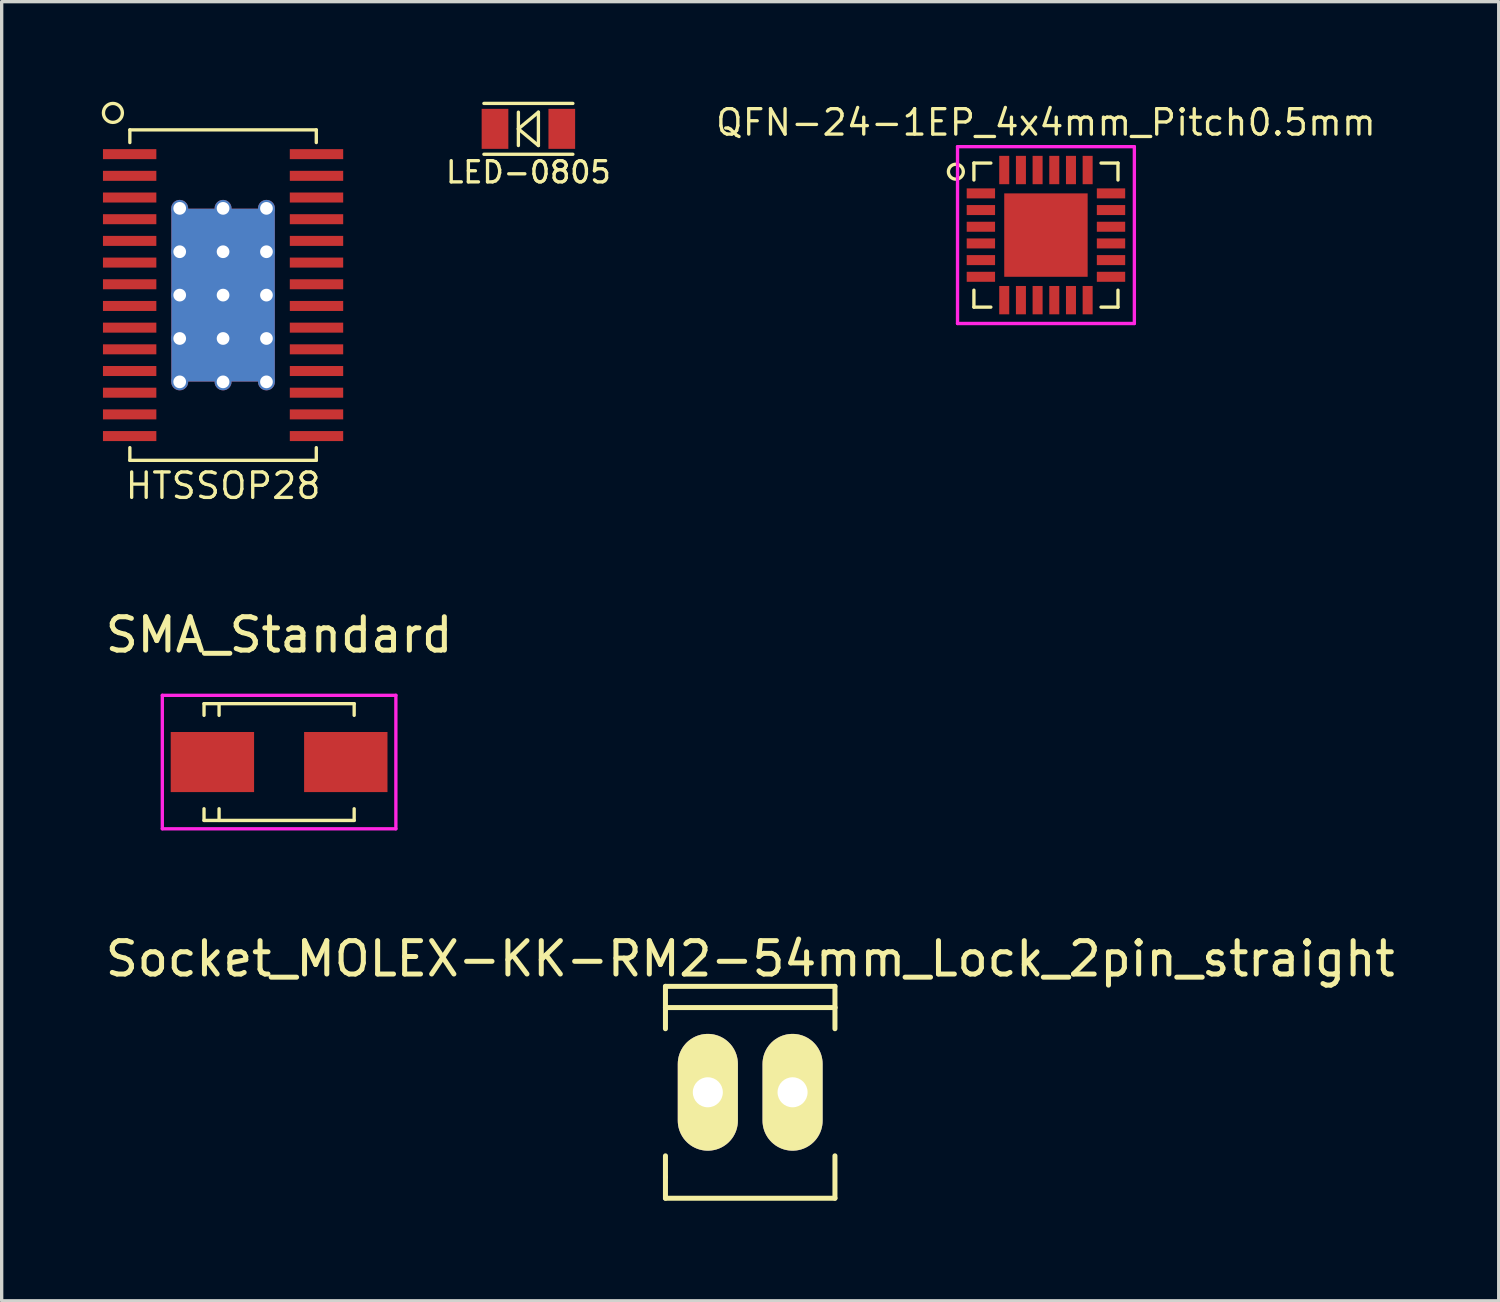
<source format=kicad_pcb>
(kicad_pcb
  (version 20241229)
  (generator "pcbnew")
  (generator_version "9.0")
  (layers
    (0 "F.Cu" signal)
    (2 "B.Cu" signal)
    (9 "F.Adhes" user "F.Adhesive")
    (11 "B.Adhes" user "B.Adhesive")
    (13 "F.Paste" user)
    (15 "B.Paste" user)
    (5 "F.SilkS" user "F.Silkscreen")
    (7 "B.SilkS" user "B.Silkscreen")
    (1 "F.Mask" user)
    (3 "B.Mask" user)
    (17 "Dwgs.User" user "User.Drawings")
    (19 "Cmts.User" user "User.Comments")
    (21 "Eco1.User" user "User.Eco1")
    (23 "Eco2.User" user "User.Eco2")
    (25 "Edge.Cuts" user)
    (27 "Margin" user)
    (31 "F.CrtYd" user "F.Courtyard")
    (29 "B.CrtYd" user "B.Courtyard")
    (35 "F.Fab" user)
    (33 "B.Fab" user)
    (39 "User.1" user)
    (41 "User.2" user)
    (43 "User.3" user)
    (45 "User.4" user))
  (footprint "Socket_MOLEX-KK-RM2-54mm_Lock_2pin_straight"
    (layer "F.Cu")
    (at 19.435 29.688)
    (property "Reference" "Socket_MOLEX-KK-RM2-54mm_Lock_2pin_straight" (at 0 -4 0) (layer "F.SilkS") (effects (font (size 1 1) (thickness 0.15))))
    (attr through_hole)
    (fp_line (start -2.54 -3.175) (end 2.54 -3.175) (stroke (width 0.15) (type solid)) (layer "F.SilkS"))
    (fp_line (start -2.54 -2.54) (end -2.54 -3.175) (stroke (width 0.15) (type solid)) (layer "F.SilkS"))
    (fp_line (start -2.54 -2.54) (end -2.54 -1.905) (stroke (width 0.15) (type solid)) (layer "F.SilkS"))
    (fp_line (start -2.54 -2.54) (end 2.54 -2.54) (stroke (width 0.15) (type solid)) (layer "F.SilkS"))
    (fp_line (start -2.54 2.54) (end -2.54 1.905) (stroke (width 0.15) (type solid)) (layer "F.SilkS"))
    (fp_line (start -2.54 3.175) (end -2.54 2.54) (stroke (width 0.15) (type solid)) (layer "F.SilkS"))
    (fp_line (start 2.54 -3.175) (end 2.54 -2.54) (stroke (width 0.15) (type solid)) (layer "F.SilkS"))
    (fp_line (start 2.54 -2.54) (end 2.54 -1.905) (stroke (width 0.15) (type solid)) (layer "F.SilkS"))
    (fp_line (start 2.54 3.175) (end -2.54 3.175) (stroke (width 0.15) (type solid)) (layer "F.SilkS"))
    (fp_line (start 2.54 3.175) (end 2.54 1.905) (stroke (width 0.15) (type solid)) (layer "F.SilkS"))
    (pad "1" thru_hole oval (at -1.27 0) (size 1.801 3.5) (drill 0.9) (layers "*.Cu" "*.Mask" "F.SilkS"))
    (pad "2" thru_hole oval (at 1.27 0) (size 1.801 3.5) (drill 0.9) (layers "*.Cu" "*.Mask" "F.SilkS")))
  (footprint "QFN-24-1EP_4x4mm_Pitch0.5mm"
    (layer "F.Cu")
    (at 28.299 3.996)
    (property "Reference" "QFN-24-1EP_4x4mm_Pitch0.5mm" (at 0 -3.375 0) (layer "F.SilkS") (effects (font (size 0.762 0.762) (thickness 0.1))))
    (attr smd)
    (fp_line (start -2.159 -2.159) (end -2.159 -1.651) (stroke (width 0.1) (type solid)) (layer "F.SilkS"))
    (fp_line (start -2.159 -2.159) (end -1.651 -2.159) (stroke (width 0.1) (type solid)) (layer "F.SilkS"))
    (fp_line (start -2.159 2.159) (end -2.159 1.651) (stroke (width 0.1) (type solid)) (layer "F.SilkS"))
    (fp_line (start -1.651 2.159) (end -2.159 2.159) (stroke (width 0.1) (type solid)) (layer "F.SilkS"))
    (fp_line (start 1.651 -2.159) (end 2.159 -2.159) (stroke (width 0.1) (type solid)) (layer "F.SilkS"))
    (fp_line (start 1.651 2.159) (end 2.159 2.159) (stroke (width 0.1) (type solid)) (layer "F.SilkS"))
    (fp_line (start 2.159 -2.159) (end 2.159 -1.651) (stroke (width 0.1) (type solid)) (layer "F.SilkS"))
    (fp_line (start 2.159 2.159) (end 2.159 1.651) (stroke (width 0.1) (type solid)) (layer "F.SilkS"))
    (fp_circle (center -2.7 -1.9) (end -2.9 -2) (stroke (width 0.1) (type solid)) (fill no) (layer "F.SilkS"))
    (fp_line (start -2.65 -2.65) (end -2.65 2.65) (stroke (width 0.1) (type solid)) (layer "F.CrtYd"))
    (fp_line (start -2.65 -2.65) (end 2.65 -2.65) (stroke (width 0.1) (type solid)) (layer "F.CrtYd"))
    (fp_line (start -2.65 2.65) (end 2.65 2.65) (stroke (width 0.1) (type solid)) (layer "F.CrtYd"))
    (fp_line (start 2.65 -2.65) (end 2.65 2.65) (stroke (width 0.1) (type solid)) (layer "F.CrtYd"))
    (pad "1" smd rect (at -1.95 -1.25) (size 0.85 0.3) (layers "F.Cu" "F.Mask" "F.Paste"))
    (pad "2" smd rect (at -1.95 -0.75) (size 0.85 0.3) (layers "F.Cu" "F.Mask" "F.Paste"))
    (pad "3" smd rect (at -1.95 -0.25) (size 0.85 0.3) (layers "F.Cu" "F.Mask" "F.Paste"))
    (pad "4" smd rect (at -1.95 0.25) (size 0.85 0.3) (layers "F.Cu" "F.Mask" "F.Paste"))
    (pad "5" smd rect (at -1.95 0.75) (size 0.85 0.3) (layers "F.Cu" "F.Mask" "F.Paste"))
    (pad "6" smd rect (at -1.95 1.25) (size 0.85 0.3) (layers "F.Cu" "F.Mask" "F.Paste"))
    (pad "7" smd rect (at -1.25 1.95 90) (size 0.85 0.3) (layers "F.Cu" "F.Mask" "F.Paste"))
    (pad "8" smd rect (at -0.75 1.95 90) (size 0.85 0.3) (layers "F.Cu" "F.Mask" "F.Paste"))
    (pad "9" smd rect (at -0.25 1.95 90) (size 0.85 0.3) (layers "F.Cu" "F.Mask" "F.Paste"))
    (pad "10" smd rect (at 0.25 1.95 90) (size 0.85 0.3) (layers "F.Cu" "F.Mask" "F.Paste"))
    (pad "11" smd rect (at 0.75 1.95 90) (size 0.85 0.3) (layers "F.Cu" "F.Mask" "F.Paste"))
    (pad "12" smd rect (at 1.25 1.95 90) (size 0.85 0.3) (layers "F.Cu" "F.Mask" "F.Paste"))
    (pad "13" smd rect (at 1.95 1.25) (size 0.85 0.3) (layers "F.Cu" "F.Mask" "F.Paste"))
    (pad "14" smd rect (at 1.95 0.75) (size 0.85 0.3) (layers "F.Cu" "F.Mask" "F.Paste"))
    (pad "15" smd rect (at 1.95 0.25) (size 0.85 0.3) (layers "F.Cu" "F.Mask" "F.Paste"))
    (pad "16" smd rect (at 1.95 -0.25) (size 0.85 0.3) (layers "F.Cu" "F.Mask" "F.Paste"))
    (pad "17" smd rect (at 1.95 -0.75) (size 0.85 0.3) (layers "F.Cu" "F.Mask" "F.Paste"))
    (pad "18" smd rect (at 1.95 -1.25) (size 0.85 0.3) (layers "F.Cu" "F.Mask" "F.Paste"))
    (pad "19" smd rect (at 1.25 -1.95 90) (size 0.85 0.3) (layers "F.Cu" "F.Mask" "F.Paste"))
    (pad "20" smd rect (at 0.75 -1.95 90) (size 0.85 0.3) (layers "F.Cu" "F.Mask" "F.Paste"))
    (pad "21" smd rect (at 0.25 -1.95 90) (size 0.85 0.3) (layers "F.Cu" "F.Mask" "F.Paste"))
    (pad "22" smd rect (at -0.25 -1.95 90) (size 0.85 0.3) (layers "F.Cu" "F.Mask" "F.Paste"))
    (pad "23" smd rect (at -0.75 -1.95 90) (size 0.85 0.3) (layers "F.Cu" "F.Mask" "F.Paste"))
    (pad "24" smd rect (at -1.25 -1.95 90) (size 0.85 0.3) (layers "F.Cu" "F.Mask" "F.Paste"))
    (pad "25" smd rect (at 0 0) (size 2.5 2.5) (layers "F.Cu" "F.Mask" "F.Paste")))
  (footprint "HTSSOP28"
    (layer "F.Cu")
    (at 3.636 5.795)
    (property "Reference" "HTSSOP28" (at 0 5.715 0) (layer "F.SilkS") (effects (font (size 0.762 0.762) (thickness 0.1))))
    (attr through_hole)
    (fp_line (start -2.794 -4.953) (end 2.794 -4.953) (stroke (width 0.1) (type solid)) (layer "F.SilkS"))
    (fp_line (start -2.794 -4.572) (end -2.794 -4.953) (stroke (width 0.1) (type solid)) (layer "F.SilkS"))
    (fp_line (start -2.794 4.572) (end -2.794 4.953) (stroke (width 0.1) (type solid)) (layer "F.SilkS"))
    (fp_line (start -2.794 4.953) (end 2.794 4.953) (stroke (width 0.1) (type solid)) (layer "F.SilkS"))
    (fp_line (start 2.794 -4.572) (end 2.794 -4.953) (stroke (width 0.1) (type solid)) (layer "F.SilkS"))
    (fp_line (start 2.794 4.572) (end 2.794 4.953) (stroke (width 0.1) (type solid)) (layer "F.SilkS"))
    (fp_circle (center -3.302 -5.461) (end -3.175 -5.207) (stroke (width 0.1) (type solid)) (fill no) (layer "F.SilkS"))
    (pad "1" smd rect (at -2.8 -4.225) (size 1.6 0.3) (layers "F.Cu" "F.Mask" "F.Paste"))
    (pad "2" smd rect (at -2.8 -3.575) (size 1.6 0.3) (layers "F.Cu" "F.Mask" "F.Paste"))
    (pad "3" smd rect (at -2.8 -2.925) (size 1.6 0.3) (layers "F.Cu" "F.Mask" "F.Paste"))
    (pad "4" smd rect (at -2.8 -2.275) (size 1.6 0.3) (layers "F.Cu" "F.Mask" "F.Paste"))
    (pad "5" smd rect (at -2.8 -1.625) (size 1.6 0.3) (layers "F.Cu" "F.Mask" "F.Paste"))
    (pad "6" smd rect (at -2.8 -0.975) (size 1.6 0.3) (layers "F.Cu" "F.Mask" "F.Paste"))
    (pad "7" smd rect (at -2.8 -0.325) (size 1.6 0.3) (layers "F.Cu" "F.Mask" "F.Paste"))
    (pad "8" smd rect (at -2.8 0.325) (size 1.6 0.3) (layers "F.Cu" "F.Mask" "F.Paste"))
    (pad "9" smd rect (at -2.8 0.975) (size 1.6 0.3) (layers "F.Cu" "F.Mask" "F.Paste"))
    (pad "10" smd rect (at -2.8 1.625) (size 1.6 0.3) (layers "F.Cu" "F.Mask" "F.Paste"))
    (pad "11" smd rect (at -2.8 2.275) (size 1.6 0.3) (layers "F.Cu" "F.Mask" "F.Paste"))
    (pad "12" smd rect (at -2.8 2.925) (size 1.6 0.3) (layers "F.Cu" "F.Mask" "F.Paste"))
    (pad "13" smd rect (at -2.8 3.575) (size 1.6 0.3) (layers "F.Cu" "F.Mask" "F.Paste"))
    (pad "14" smd rect (at -2.8 4.225) (size 1.6 0.3) (layers "F.Cu" "F.Mask" "F.Paste"))
    (pad "15" smd rect (at 2.8 4.225) (size 1.6 0.3) (layers "F.Cu" "F.Mask" "F.Paste"))
    (pad "16" smd rect (at 2.8 3.575) (size 1.6 0.3) (layers "F.Cu" "F.Mask" "F.Paste"))
    (pad "17" smd rect (at 2.8 2.925) (size 1.6 0.3) (layers "F.Cu" "F.Mask" "F.Paste"))
    (pad "18" smd rect (at 2.8 2.275) (size 1.6 0.3) (layers "F.Cu" "F.Mask" "F.Paste"))
    (pad "19" smd rect (at 2.8 1.625) (size 1.6 0.3) (layers "F.Cu" "F.Mask" "F.Paste"))
    (pad "20" smd rect (at 2.8 0.975) (size 1.6 0.3) (layers "F.Cu" "F.Mask" "F.Paste"))
    (pad "21" smd rect (at 2.8 0.325) (size 1.6 0.3) (layers "F.Cu" "F.Mask" "F.Paste"))
    (pad "22" smd rect (at 2.8 -0.325) (size 1.6 0.3) (layers "F.Cu" "F.Mask" "F.Paste"))
    (pad "23" smd rect (at 2.8 -0.975) (size 1.6 0.3) (layers "F.Cu" "F.Mask" "F.Paste"))
    (pad "24" smd rect (at 2.8 -1.625) (size 1.6 0.3) (layers "F.Cu" "F.Mask" "F.Paste"))
    (pad "25" smd rect (at 2.8 -2.275) (size 1.6 0.3) (layers "F.Cu" "F.Mask" "F.Paste"))
    (pad "26" smd rect (at 2.8 -2.925) (size 1.6 0.3) (layers "F.Cu" "F.Mask" "F.Paste"))
    (pad "27" smd rect (at 2.8 -3.575) (size 1.6 0.3) (layers "F.Cu" "F.Mask" "F.Paste"))
    (pad "28" smd rect (at 2.8 -4.225) (size 1.6 0.3) (layers "F.Cu" "F.Mask" "F.Paste"))
    (pad "29" thru_hole circle (at -1.3 -2.6) (size 0.508 0.508) (drill 0.381) (layers "*.Cu" "*.Mask"))
    (pad "29" thru_hole circle (at -1.3 -1.3) (size 0.508 0.508) (drill 0.381) (layers "*.Cu" "*.Mask"))
    (pad "29" thru_hole circle (at -1.3 0) (size 0.508 0.508) (drill 0.381) (layers "*.Cu" "*.Mask"))
    (pad "29" thru_hole circle (at -1.3 1.3) (size 0.508 0.508) (drill 0.381) (layers "*.Cu" "*.Mask"))
    (pad "29" thru_hole circle (at -1.3 2.6) (size 0.508 0.508) (drill 0.381) (layers "*.Cu" "*.Mask"))
    (pad "29" thru_hole circle (at 0 -2.6) (size 0.508 0.508) (drill 0.381) (layers "*.Cu" "*.Mask"))
    (pad "29" thru_hole circle (at 0 -1.3) (size 0.508 0.508) (drill 0.381) (layers "*.Cu" "*.Mask"))
    (pad "29" thru_hole circle (at 0 0) (size 0.508 0.508) (drill 0.381) (layers "*.Cu" "*.Mask"))
    (pad "29" smd rect (at 0 0) (size 3.1 5.18) (layers "F.Cu" "F.Mask" "F.Paste"))
    (pad "29" smd rect (at 0 0) (size 3.1 5.18) (layers "B.Cu" "B.Mask"))
    (pad "29" thru_hole circle (at 0 1.3) (size 0.508 0.508) (drill 0.381) (layers "*.Cu" "*.Mask"))
    (pad "29" thru_hole circle (at 0 2.6) (size 0.508 0.508) (drill 0.381) (layers "*.Cu" "*.Mask"))
    (pad "29" thru_hole circle (at 1.3 -2.6) (size 0.508 0.508) (drill 0.381) (layers "*.Cu" "*.Mask"))
    (pad "29" thru_hole circle (at 1.3 -1.3) (size 0.508 0.508) (drill 0.381) (layers "*.Cu" "*.Mask"))
    (pad "29" thru_hole circle (at 1.3 0) (size 0.508 0.508) (drill 0.381) (layers "*.Cu" "*.Mask"))
    (pad "29" thru_hole circle (at 1.3 1.3) (size 0.508 0.508) (drill 0.381) (layers "*.Cu" "*.Mask"))
    (pad "29" thru_hole circle (at 1.3 2.6) (size 0.508 0.508) (drill 0.381) (layers "*.Cu" "*.Mask")))
  (footprint "LED-0805"
    (layer "F.Cu")
    (at 12.787 0.812)
    (property "Reference" "LED-0805" (at 0 1.3 0) (layer "F.SilkS") (effects (font (size 0.635 0.635) (thickness 0.1))))
    (attr smd)
    (fp_line (start -1.333 -0.762) (end 1.333 -0.762) (stroke (width 0.1) (type solid)) (layer "F.SilkS"))
    (fp_line (start -1.333 0.762) (end 1.333 0.762) (stroke (width 0.1) (type solid)) (layer "F.SilkS"))
    (fp_line (start -0.3 0) (end 0.3 -0.5) (stroke (width 0.1) (type solid)) (layer "F.SilkS"))
    (fp_line (start -0.3 0.5) (end -0.3 -0.5) (stroke (width 0.1) (type solid)) (layer "F.SilkS"))
    (fp_line (start 0.3 -0.5) (end 0.3 0.5) (stroke (width 0.1) (type solid)) (layer "F.SilkS"))
    (fp_line (start 0.3 0.5) (end -0.3 0) (stroke (width 0.1) (type solid)) (layer "F.SilkS"))
    (pad "1" smd rect (at -1.001 0) (size 0.8 1.199) (layers "F.Cu" "F.Mask" "F.Paste"))
    (pad "2" smd rect (at 1.001 0) (size 0.8 1.199) (layers "F.Cu" "F.Mask" "F.Paste")))
  (footprint "SMA_Standard"
    (layer "F.Cu")
    (at 5.315 19.79)
    (property "Reference" "SMA_Standard" (at 0 -3.81 0) (layer "F.SilkS") (effects (font (size 1 1) (thickness 0.15))))
    (attr smd)
    (fp_line (start -2.25 -1.75) (end -2.25 -1.4) (stroke (width 0.1) (type solid)) (layer "F.SilkS"))
    (fp_line (start -2.25 -1.75) (end 2.25 -1.75) (stroke (width 0.1) (type solid)) (layer "F.SilkS"))
    (fp_line (start -2.25 1.75) (end -2.25 1.4) (stroke (width 0.1) (type solid)) (layer "F.SilkS"))
    (fp_line (start -2.25 1.75) (end 2.25 1.75) (stroke (width 0.1) (type solid)) (layer "F.SilkS"))
    (fp_line (start -1.799 -1.75) (end -1.799 -1.4) (stroke (width 0.1) (type solid)) (layer "F.SilkS"))
    (fp_line (start -1.799 1.75) (end -1.799 1.4) (stroke (width 0.1) (type solid)) (layer "F.SilkS"))
    (fp_line (start 2.25 -1.75) (end 2.25 -1.4) (stroke (width 0.1) (type solid)) (layer "F.SilkS"))
    (fp_line (start 2.25 1.75) (end 2.25 1.4) (stroke (width 0.1) (type solid)) (layer "F.SilkS"))
    (fp_line (start -3.5 -2) (end 3.5 -2) (stroke (width 0.1) (type solid)) (layer "F.CrtYd"))
    (fp_line (start -3.5 2) (end -3.5 -2) (stroke (width 0.1) (type solid)) (layer "F.CrtYd"))
    (fp_line (start 3.5 -2) (end 3.5 2) (stroke (width 0.1) (type solid)) (layer "F.CrtYd"))
    (fp_line (start 3.5 2) (end -3.5 2) (stroke (width 0.1) (type solid)) (layer "F.CrtYd"))
    (pad "1" smd rect (at -1.999 0) (size 2.499 1.801) (layers "F.Cu" "F.Mask" "F.Paste"))
    (pad "2" smd rect (at 1.999 0) (size 2.499 1.801) (layers "F.Cu" "F.Mask" "F.Paste")))
  (gr_rect
    (start -3 -3)
    (end 41.869 35.938)
    (stroke (width 0.1) (type default))
    (fill no)
    (layer "Edge.Cuts")))
</source>
